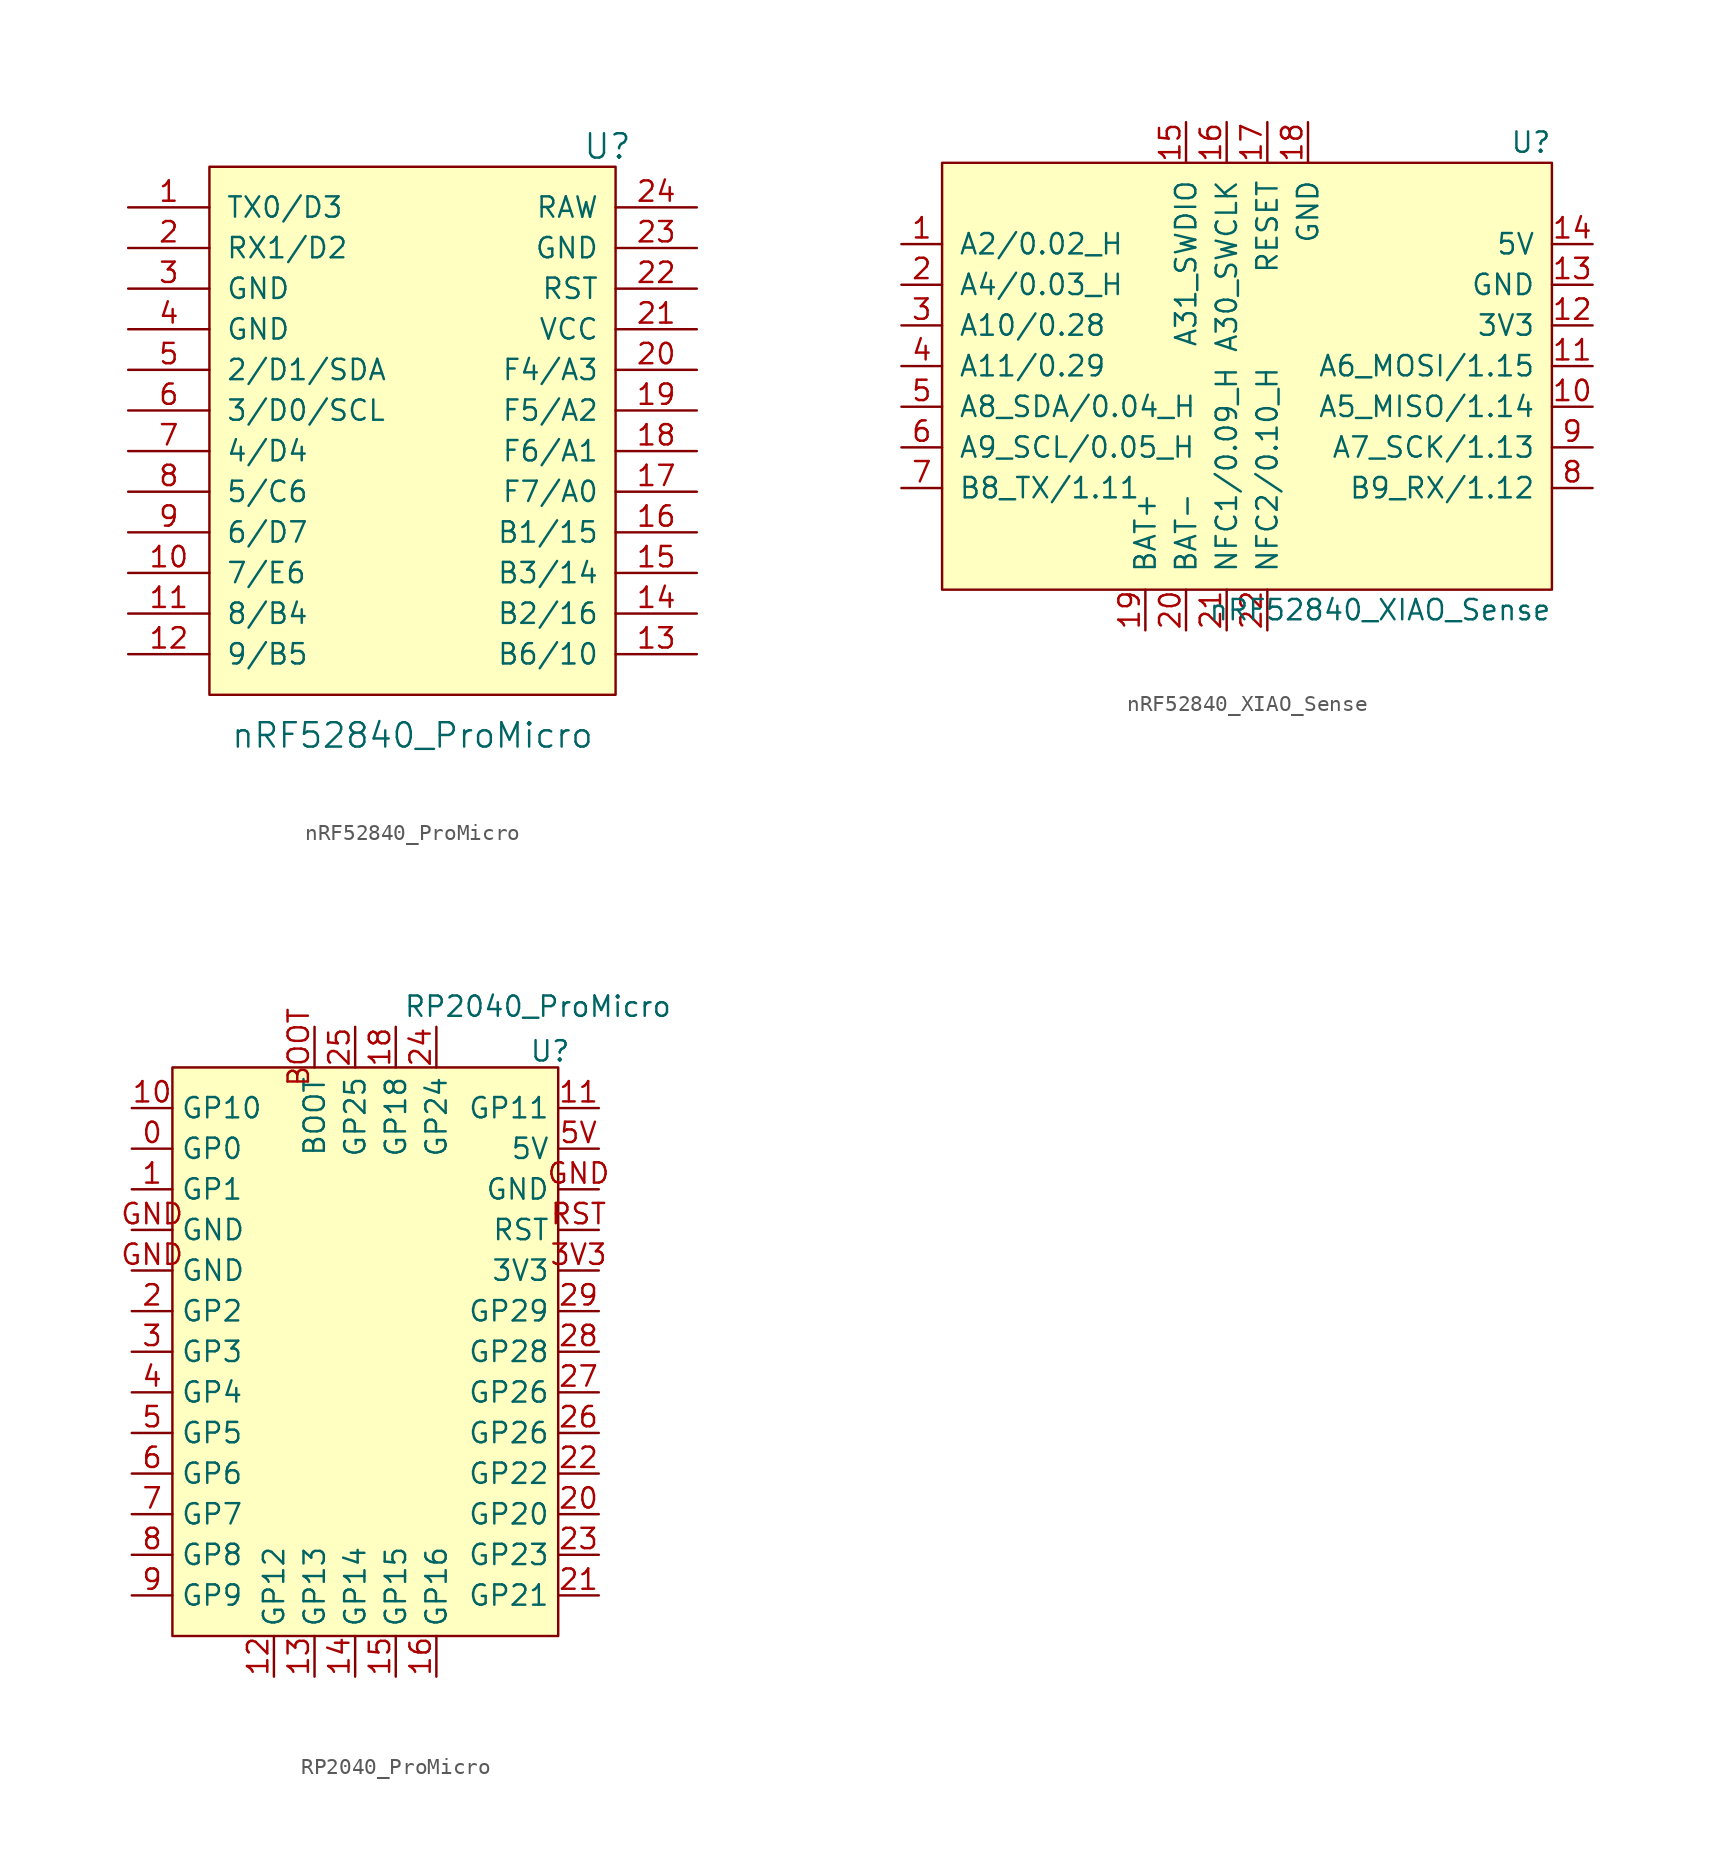
<source format=kicad_sym>
(kicad_symbol_lib
  (version 20241209)
  (generator "kicad_symbol_editor")
  (generator_version "9.0")
  (symbol "nRF52840_ProMicro"
    (pin_names
      (offset 1.016))
    (property "Reference" "U"
      (at 12.192 17.78 0)
      (effects (font (size 1.524 1.524))))
    (property "Value" "nRF52840_ProMicro"
      (at 0 -19.05 0)
      (effects (font (size 1.524 1.524))))
    (symbol "nRF52840_ProMicro_1_1"
      (rectangle (start -12.7 16.51) (end 12.7 -16.51) (stroke (width 0) (type solid)) (fill (type background)))
      (pin bidirectional line (at -17.78 13.97 0) (length 5.08) (name "TX0/D3" (effects (font (size 1.27 1.27)))) (number "1" (effects (font (size 1.27 1.27)))))
      (pin bidirectional line (at -17.78 11.43 0) (length 5.08) (name "RX1/D2" (effects (font (size 1.27 1.27)))) (number "2" (effects (font (size 1.27 1.27)))))
      (pin power_in line (at -17.78 8.89 0) (length 5.08) (name "GND" (effects (font (size 1.27 1.27)))) (number "3" (effects (font (size 1.27 1.27)))))
      (pin power_in line (at -17.78 6.35 0) (length 5.08) (name "GND" (effects (font (size 1.27 1.27)))) (number "4" (effects (font (size 1.27 1.27)))))
      (pin bidirectional line (at -17.78 3.81 0) (length 5.08) (name "2/D1/SDA" (effects (font (size 1.27 1.27)))) (number "5" (effects (font (size 1.27 1.27)))))
      (pin bidirectional line (at -17.78 1.27 0) (length 5.08) (name "3/D0/SCL" (effects (font (size 1.27 1.27)))) (number "6" (effects (font (size 1.27 1.27)))))
      (pin bidirectional line (at -17.78 -1.27 0) (length 5.08) (name "4/D4" (effects (font (size 1.27 1.27)))) (number "7" (effects (font (size 1.27 1.27)))))
      (pin bidirectional line (at -17.78 -3.81 0) (length 5.08) (name "5/C6" (effects (font (size 1.27 1.27)))) (number "8" (effects (font (size 1.27 1.27)))))
      (pin bidirectional line (at -17.78 -6.35 0) (length 5.08) (name "6/D7" (effects (font (size 1.27 1.27)))) (number "9" (effects (font (size 1.27 1.27)))))
      (pin bidirectional line (at -17.78 -8.89 0) (length 5.08) (name "7/E6" (effects (font (size 1.27 1.27)))) (number "10" (effects (font (size 1.27 1.27)))))
      (pin bidirectional line (at -17.78 -11.43 0) (length 5.08) (name "8/B4" (effects (font (size 1.27 1.27)))) (number "11" (effects (font (size 1.27 1.27)))))
      (pin bidirectional line (at -17.78 -13.97 0) (length 5.08) (name "9/B5" (effects (font (size 1.27 1.27)))) (number "12" (effects (font (size 1.27 1.27)))))
      (pin power_out line (at 17.78 13.97 180) (length 5.08) (name "RAW" (effects (font (size 1.27 1.27)))) (number "24" (effects (font (size 1.27 1.27)))))
      (pin power_in line (at 17.78 11.43 180) (length 5.08) (name "GND" (effects (font (size 1.27 1.27)))) (number "23" (effects (font (size 1.27 1.27)))))
      (pin input line (at 17.78 8.89 180) (length 5.08) (name "RST" (effects (font (size 1.27 1.27)))) (number "22" (effects (font (size 1.27 1.27)))))
      (pin power_in line (at 17.78 6.35 180) (length 5.08) (name "VCC" (effects (font (size 1.27 1.27)))) (number "21" (effects (font (size 1.27 1.27)))))
      (pin bidirectional line (at 17.78 3.81 180) (length 5.08) (name "F4/A3" (effects (font (size 1.27 1.27)))) (number "20" (effects (font (size 1.27 1.27)))))
      (pin bidirectional line (at 17.78 1.27 180) (length 5.08) (name "F5/A2" (effects (font (size 1.27 1.27)))) (number "19" (effects (font (size 1.27 1.27)))))
      (pin bidirectional line (at 17.78 -1.27 180) (length 5.08) (name "F6/A1" (effects (font (size 1.27 1.27)))) (number "18" (effects (font (size 1.27 1.27)))))
      (pin bidirectional line (at 17.78 -3.81 180) (length 5.08) (name "F7/A0" (effects (font (size 1.27 1.27)))) (number "17" (effects (font (size 1.27 1.27)))))
      (pin bidirectional line (at 17.78 -6.35 180) (length 5.08) (name "B1/15" (effects (font (size 1.27 1.27)))) (number "16" (effects (font (size 1.27 1.27)))))
      (pin bidirectional line (at 17.78 -8.89 180) (length 5.08) (name "B3/14" (effects (font (size 1.27 1.27)))) (number "15" (effects (font (size 1.27 1.27)))))
      (pin bidirectional line (at 17.78 -11.43 180) (length 5.08) (name "B2/16" (effects (font (size 1.27 1.27)))) (number "14" (effects (font (size 1.27 1.27)))))
      (pin bidirectional line (at 17.78 -13.97 180) (length 5.08) (name "B6/10" (effects (font (size 1.27 1.27)))) (number "13" (effects (font (size 1.27 1.27)))))))
  (symbol "nRF52840_XIAO_Sense"
    (pin_names
      (offset 1.016))
    (property "Reference" "U"
      (at 19.05 13.97 0)
      (effects (font (size 1.27 1.27)) (justify right)))
    (property "Value" "nRF52840_XIAO_Sense"
      (at 19.05 -15.24 0)
      (effects (font (size 1.27 1.27)) (justify right)))
    (symbol "nRF52840_XIAO_Sense_1_1"
      (rectangle (start -19.05 12.7) (end 19.05 -13.97) (stroke (width 0) (type solid)) (fill (type background)))
      (pin bidirectional line (at -21.59 7.62 0) (length 2.54) (name "A2/0.02_H" (effects (font (size 1.27 1.27)))) (number "1" (effects (font (size 1.27 1.27)))))
      (pin bidirectional line (at -21.59 5.08 0) (length 2.54) (name "A4/0.03_H" (effects (font (size 1.27 1.27)))) (number "2" (effects (font (size 1.27 1.27)))))
      (pin bidirectional line (at -21.59 2.54 0) (length 2.54) (name "A10/0.28" (effects (font (size 1.27 1.27)))) (number "3" (effects (font (size 1.27 1.27)))))
      (pin bidirectional line (at -21.59 0 0) (length 2.54) (name "A11/0.29" (effects (font (size 1.27 1.27)))) (number "4" (effects (font (size 1.27 1.27)))))
      (pin bidirectional line (at -21.59 -2.54 0) (length 2.54) (name "A8_SDA/0.04_H" (effects (font (size 1.27 1.27)))) (number "5" (effects (font (size 1.27 1.27)))))
      (pin bidirectional line (at -21.59 -5.08 0) (length 2.54) (name "A9_SCL/0.05_H" (effects (font (size 1.27 1.27)))) (number "6" (effects (font (size 1.27 1.27)))))
      (pin bidirectional line (at -21.59 -7.62 0) (length 2.54) (name "B8_TX/1.11" (effects (font (size 1.27 1.27)))) (number "7" (effects (font (size 1.27 1.27)))))
      (pin power_in line (at -6.35 -16.51 90) (length 2.54) (name "BAT+" (effects (font (size 1.27 1.27)))) (number "19" (effects (font (size 1.27 1.27)))))
      (pin input line (at -3.81 15.24 270) (length 2.54) (name "A31_SWDIO" (effects (font (size 1.27 1.27)))) (number "15" (effects (font (size 1.27 1.27)))))
      (pin power_in line (at -3.81 -16.51 90) (length 2.54) (name "BAT-" (effects (font (size 1.27 1.27)))) (number "20" (effects (font (size 1.27 1.27)))))
      (pin input line (at -1.27 15.24 270) (length 2.54) (name "A30_SWCLK" (effects (font (size 1.27 1.27)))) (number "16" (effects (font (size 1.27 1.27)))))
      (pin bidirectional line (at -1.27 -16.51 90) (length 2.54) (name "NFC1/0.09_H" (effects (font (size 1.27 1.27)))) (number "21" (effects (font (size 1.27 1.27)))))
      (pin input line (at 1.27 15.24 270) (length 2.54) (name "RESET" (effects (font (size 1.27 1.27)))) (number "17" (effects (font (size 1.27 1.27)))))
      (pin bidirectional line (at 1.27 -16.51 90) (length 2.54) (name "NFC2/0.10_H" (effects (font (size 1.27 1.27)))) (number "22" (effects (font (size 1.27 1.27)))))
      (pin power_out line (at 3.81 15.24 270) (length 2.54) (name "GND" (effects (font (size 1.27 1.27)))) (number "18" (effects (font (size 1.27 1.27)))))
      (pin power_out line (at 21.59 7.62 180) (length 2.54) (name "5V" (effects (font (size 1.27 1.27)))) (number "14" (effects (font (size 1.27 1.27)))))
      (pin power_out line (at 21.59 5.08 180) (length 2.54) (name "GND" (effects (font (size 1.27 1.27)))) (number "13" (effects (font (size 1.27 1.27)))))
      (pin power_out line (at 21.59 2.54 180) (length 2.54) (name "3V3" (effects (font (size 1.27 1.27)))) (number "12" (effects (font (size 1.27 1.27)))))
      (pin bidirectional line (at 21.59 0 180) (length 2.54) (name "A6_MOSI/1.15" (effects (font (size 1.27 1.27)))) (number "11" (effects (font (size 1.27 1.27)))))
      (pin bidirectional line (at 21.59 -2.54 180) (length 2.54) (name "A5_MISO/1.14" (effects (font (size 1.27 1.27)))) (number "10" (effects (font (size 1.27 1.27)))))
      (pin bidirectional line (at 21.59 -5.08 180) (length 2.54) (name "A7_SCK/1.13" (effects (font (size 1.27 1.27)))) (number "9" (effects (font (size 1.27 1.27)))))
      (pin bidirectional line (at 21.59 -7.62 180) (length 2.54) (name "B9_RX/1.12" (effects (font (size 1.27 1.27)))) (number "8" (effects (font (size 1.27 1.27)))))))
  (symbol "RP2040_ProMicro"
    (property "Reference" "U"
      (at 12.192 18.796 0)
      (effects (font (size 1.27 1.27))))
    (property "Value" "RP2040_ProMicro"
      (at 11.43 21.59 0)
      (effects (font (size 1.27 1.27))))
    (symbol "RP2040_ProMicro_1_1"
      (rectangle (start -11.43 17.78) (end 12.7 -17.78) (stroke (width 0) (type solid)) (fill (type background)))
      (pin bidirectional line (at -13.97 15.24 0) (length 2.54) (name "GP10" (effects (font (size 1.27 1.27)))) (number "10" (effects (font (size 1.27 1.27)))))
      (pin bidirectional line (at -13.97 12.7 0) (length 2.54) (name "GP0" (effects (font (size 1.27 1.27)))) (number "0" (effects (font (size 1.27 1.27)))))
      (pin bidirectional line (at -13.97 10.16 0) (length 2.54) (name "GP1" (effects (font (size 1.27 1.27)))) (number "1" (effects (font (size 1.27 1.27)))))
      (pin unspecified line (at -13.97 7.62 0) (length 2.54) (name "GND" (effects (font (size 1.27 1.27)))) (number "GND" (effects (font (size 1.27 1.27)))))
      (pin unspecified line (at -13.97 5.08 0) (length 2.54) (name "GND" (effects (font (size 1.27 1.27)))) (number "GND" (effects (font (size 1.27 1.27)))))
      (pin bidirectional line (at -13.97 2.54 0) (length 2.54) (name "GP2" (effects (font (size 1.27 1.27)))) (number "2" (effects (font (size 1.27 1.27)))))
      (pin bidirectional line (at -13.97 0 0) (length 2.54) (name "GP3" (effects (font (size 1.27 1.27)))) (number "3" (effects (font (size 1.27 1.27)))))
      (pin bidirectional line (at -13.97 -2.54 0) (length 2.54) (name "GP4" (effects (font (size 1.27 1.27)))) (number "4" (effects (font (size 1.27 1.27)))))
      (pin bidirectional line (at -13.97 -5.08 0) (length 2.54) (name "GP5" (effects (font (size 1.27 1.27)))) (number "5" (effects (font (size 1.27 1.27)))))
      (pin bidirectional line (at -13.97 -7.62 0) (length 2.54) (name "GP6" (effects (font (size 1.27 1.27)))) (number "6" (effects (font (size 1.27 1.27)))))
      (pin bidirectional line (at -13.97 -10.16 0) (length 2.54) (name "GP7" (effects (font (size 1.27 1.27)))) (number "7" (effects (font (size 1.27 1.27)))))
      (pin bidirectional line (at -13.97 -12.7 0) (length 2.54) (name "GP8" (effects (font (size 1.27 1.27)))) (number "8" (effects (font (size 1.27 1.27)))))
      (pin bidirectional line (at -13.97 -15.24 0) (length 2.54) (name "GP9" (effects (font (size 1.27 1.27)))) (number "9" (effects (font (size 1.27 1.27)))))
      (pin bidirectional line (at -5.08 -20.32 90) (length 2.54) (name "GP12" (effects (font (size 1.27 1.27)))) (number "12" (effects (font (size 1.27 1.27)))))
      (pin unspecified line (at -2.54 20.32 270) (length 2.54) (name "BOOT" (effects (font (size 1.27 1.27)))) (number "BOOT" (effects (font (size 1.27 1.27)))))
      (pin bidirectional line (at -2.54 -20.32 90) (length 2.54) (name "GP13" (effects (font (size 1.27 1.27)))) (number "13" (effects (font (size 1.27 1.27)))))
      (pin unspecified line (at 0 20.32 270) (length 2.54) (name "GP25" (effects (font (size 1.27 1.27)))) (number "25" (effects (font (size 1.27 1.27)))))
      (pin bidirectional line (at 0 -20.32 90) (length 2.54) (name "GP14" (effects (font (size 1.27 1.27)))) (number "14" (effects (font (size 1.27 1.27)))))
      (pin unspecified line (at 2.54 20.32 270) (length 2.54) (name "GP18" (effects (font (size 1.27 1.27)))) (number "18" (effects (font (size 1.27 1.27)))))
      (pin bidirectional line (at 2.54 -20.32 90) (length 2.54) (name "GP15" (effects (font (size 1.27 1.27)))) (number "15" (effects (font (size 1.27 1.27)))))
      (pin unspecified line (at 5.08 20.32 270) (length 2.54) (name "GP24" (effects (font (size 1.27 1.27)))) (number "24" (effects (font (size 1.27 1.27)))))
      (pin bidirectional line (at 5.08 -20.32 90) (length 2.54) (name "GP16" (effects (font (size 1.27 1.27)))) (number "16" (effects (font (size 1.27 1.27)))))
      (pin bidirectional line (at 15.24 15.24 180) (length 2.54) (name "GP11" (effects (font (size 1.27 1.27)))) (number "11" (effects (font (size 1.27 1.27)))))
      (pin unspecified line (at 15.24 12.7 180) (length 2.54) (name "5V" (effects (font (size 1.27 1.27)))) (number "5V" (effects (font (size 1.27 1.27)))))
      (pin unspecified line (at 15.24 10.16 180) (length 2.54) (name "GND" (effects (font (size 1.27 1.27)))) (number "GND" (effects (font (size 1.27 1.27)))))
      (pin unspecified line (at 15.24 7.62 180) (length 2.54) (name "RST" (effects (font (size 1.27 1.27)))) (number "RST" (effects (font (size 1.27 1.27)))))
      (pin unspecified line (at 15.24 5.08 180) (length 2.54) (name "3V3" (effects (font (size 1.27 1.27)))) (number "3V3" (effects (font (size 1.27 1.27)))))
      (pin bidirectional line (at 15.24 2.54 180) (length 2.54) (name "GP29" (effects (font (size 1.27 1.27)))) (number "29" (effects (font (size 1.27 1.27)))))
      (pin bidirectional line (at 15.24 0 180) (length 2.54) (name "GP28" (effects (font (size 1.27 1.27)))) (number "28" (effects (font (size 1.27 1.27)))))
      (pin bidirectional line (at 15.24 -2.54 180) (length 2.54) (name "GP26" (effects (font (size 1.27 1.27)))) (number "27" (effects (font (size 1.27 1.27)))))
      (pin bidirectional line (at 15.24 -5.08 180) (length 2.54) (name "GP26" (effects (font (size 1.27 1.27)))) (number "26" (effects (font (size 1.27 1.27)))))
      (pin bidirectional line (at 15.24 -7.62 180) (length 2.54) (name "GP22" (effects (font (size 1.27 1.27)))) (number "22" (effects (font (size 1.27 1.27)))))
      (pin bidirectional line (at 15.24 -10.16 180) (length 2.54) (name "GP20" (effects (font (size 1.27 1.27)))) (number "20" (effects (font (size 1.27 1.27)))))
      (pin bidirectional line (at 15.24 -12.7 180) (length 2.54) (name "GP23" (effects (font (size 1.27 1.27)))) (number "23" (effects (font (size 1.27 1.27)))))
      (pin bidirectional line (at 15.24 -15.24 180) (length 2.54) (name "GP21" (effects (font (size 1.27 1.27)))) (number "21" (effects (font (size 1.27 1.27))))))))
</source>
